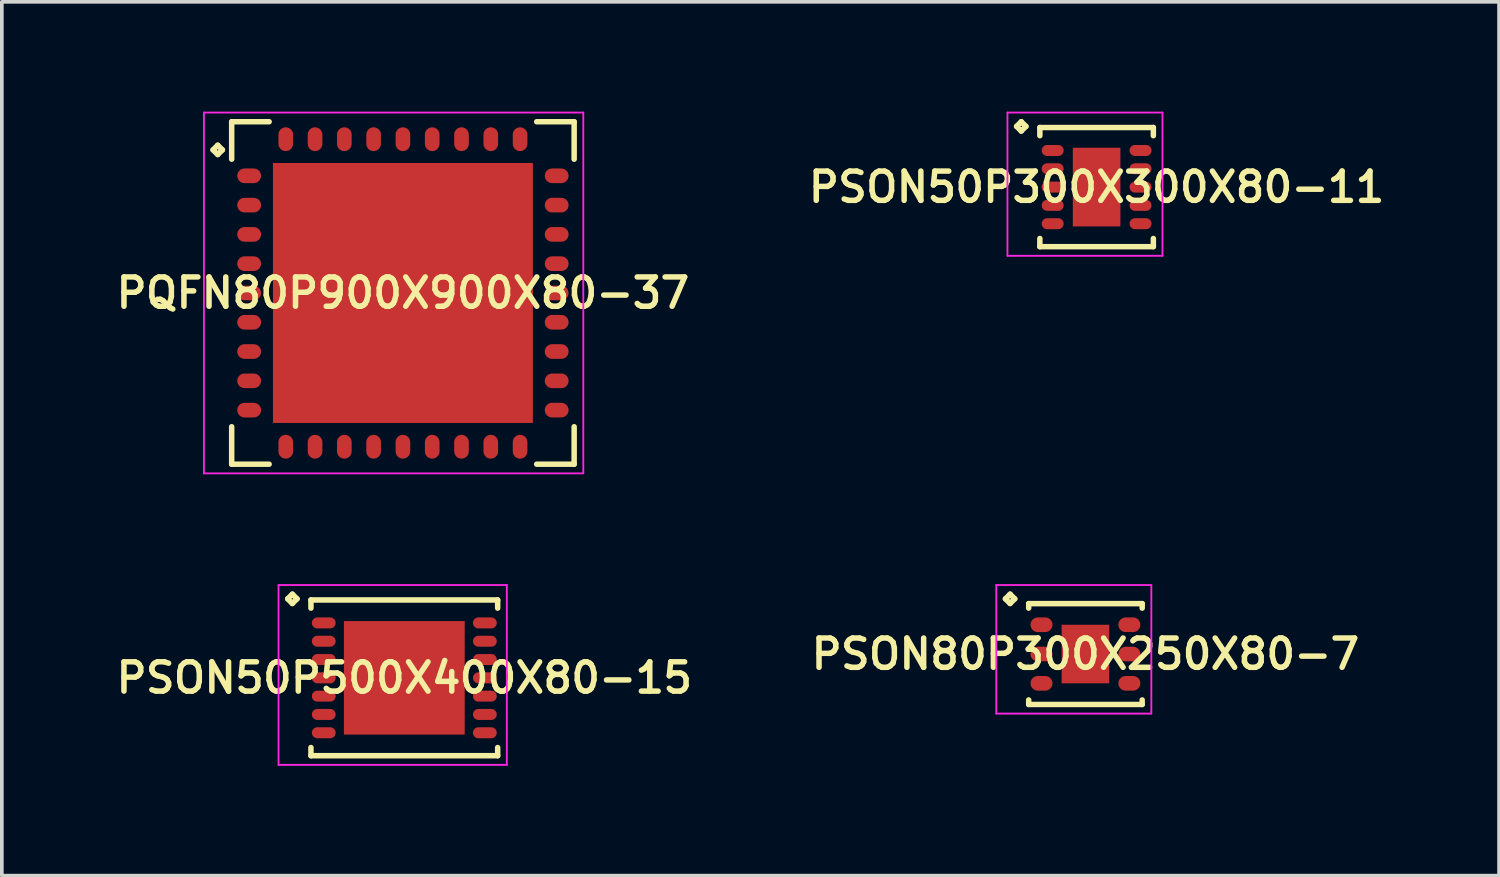
<source format=kicad_pcb>
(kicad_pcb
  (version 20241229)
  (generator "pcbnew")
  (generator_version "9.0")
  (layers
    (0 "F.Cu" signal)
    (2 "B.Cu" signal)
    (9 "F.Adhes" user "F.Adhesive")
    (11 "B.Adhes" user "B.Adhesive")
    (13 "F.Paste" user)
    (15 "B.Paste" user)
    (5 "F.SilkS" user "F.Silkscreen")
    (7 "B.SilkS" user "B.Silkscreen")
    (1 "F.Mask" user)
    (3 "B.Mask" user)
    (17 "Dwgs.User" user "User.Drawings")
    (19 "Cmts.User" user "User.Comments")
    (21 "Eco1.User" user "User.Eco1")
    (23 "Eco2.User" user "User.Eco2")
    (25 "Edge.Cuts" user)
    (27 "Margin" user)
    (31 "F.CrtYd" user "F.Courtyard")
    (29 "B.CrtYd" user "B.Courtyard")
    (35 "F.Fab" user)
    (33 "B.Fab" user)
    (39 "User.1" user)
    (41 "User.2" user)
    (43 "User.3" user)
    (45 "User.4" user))
  (footprint "PSON50P300X300X80-11"
    (layer "F.Cu")
    (at 26.902 2.06)
    (property "Reference" "PSON50P300X300X80-11" (at 0 0 0) (layer "F.SilkS") (effects (font (size 0.8 0.8) (thickness 0.15))))
    (attr smd)
    (fp_line (start -2.185 -1.658) (end -2.058 -1.785) (stroke (width 0.15) (type solid)) (layer "F.SilkS"))
    (fp_line (start -2.058 -1.785) (end -1.931 -1.658) (stroke (width 0.15) (type solid)) (layer "F.SilkS"))
    (fp_line (start -2.058 -1.531) (end -2.185 -1.658) (stroke (width 0.15) (type solid)) (layer "F.SilkS"))
    (fp_line (start -1.931 -1.658) (end -2.058 -1.531) (stroke (width 0.15) (type solid)) (layer "F.SilkS"))
    (fp_line (start -1.55 -1.627) (end 1.55 -1.627) (stroke (width 0.15) (type solid)) (layer "F.SilkS"))
    (fp_line (start -1.55 -1.404) (end -1.55 -1.627) (stroke (width 0.15) (type solid)) (layer "F.SilkS"))
    (fp_line (start -1.55 1.404) (end -1.55 1.627) (stroke (width 0.15) (type solid)) (layer "F.SilkS"))
    (fp_line (start -1.55 1.627) (end 1.55 1.627) (stroke (width 0.15) (type solid)) (layer "F.SilkS"))
    (fp_line (start 1.55 -1.627) (end 1.55 -1.404) (stroke (width 0.15) (type solid)) (layer "F.SilkS"))
    (fp_line (start 1.55 1.627) (end 1.55 1.404) (stroke (width 0.15) (type solid)) (layer "F.SilkS"))
    (fp_line (start -2.435 -2.035) (end 1.8 -2.035) (stroke (width 0.05) (type solid)) (layer "F.CrtYd"))
    (fp_line (start -2.435 1.877) (end -2.435 -2.035) (stroke (width 0.05) (type solid)) (layer "F.CrtYd"))
    (fp_line (start 1.8 -2.035) (end 1.8 1.877) (stroke (width 0.05) (type solid)) (layer "F.CrtYd"))
    (fp_line (start 1.8 1.877) (end -2.435 1.877) (stroke (width 0.05) (type solid)) (layer "F.CrtYd"))
    (pad "1" smd oval (at -1.2 -1) (size 0.6 0.3) (layers "F.Cu" "F.Mask" "F.Paste"))
    (pad "2" smd oval (at -1.2 -0.5) (size 0.6 0.3) (layers "F.Cu" "F.Mask" "F.Paste"))
    (pad "3" smd oval (at -1.2 0) (size 0.6 0.3) (layers "F.Cu" "F.Mask" "F.Paste"))
    (pad "4" smd oval (at -1.2 0.5) (size 0.6 0.3) (layers "F.Cu" "F.Mask" "F.Paste"))
    (pad "5" smd oval (at -1.2 1) (size 0.6 0.3) (layers "F.Cu" "F.Mask" "F.Paste"))
    (pad "6" smd oval (at 1.2 1) (size 0.6 0.3) (layers "F.Cu" "F.Mask" "F.Paste"))
    (pad "7" smd oval (at 1.2 0.5) (size 0.6 0.3) (layers "F.Cu" "F.Mask" "F.Paste"))
    (pad "8" smd oval (at 1.2 0) (size 0.6 0.3) (layers "F.Cu" "F.Mask" "F.Paste"))
    (pad "9" smd oval (at 1.2 -0.5) (size 0.6 0.3) (layers "F.Cu" "F.Mask" "F.Paste"))
    (pad "10" smd oval (at 1.2 -1) (size 0.6 0.3) (layers "F.Cu" "F.Mask" "F.Paste"))
    (pad "11" smd rect (at 0 0) (size 1.3 2.15) (layers "F.Cu" "F.Mask" "F.Paste")))
  (footprint "PSON80P300X250X80-7"
    (layer "F.Cu")
    (at 26.597 14.814)
    (property "Reference" "PSON80P300X250X80-7" (at 0 0 0) (layer "F.SilkS") (effects (font (size 0.8 0.8) (thickness 0.15))))
    (attr smd)
    (fp_line (start -2.185 -1.508) (end -2.058 -1.635) (stroke (width 0.15) (type solid)) (layer "F.SilkS"))
    (fp_line (start -2.058 -1.635) (end -1.931 -1.508) (stroke (width 0.15) (type solid)) (layer "F.SilkS"))
    (fp_line (start -2.058 -1.381) (end -2.185 -1.508) (stroke (width 0.15) (type solid)) (layer "F.SilkS"))
    (fp_line (start -1.931 -1.508) (end -2.058 -1.381) (stroke (width 0.15) (type solid)) (layer "F.SilkS"))
    (fp_line (start -1.55 -1.377) (end 1.55 -1.377) (stroke (width 0.15) (type solid)) (layer "F.SilkS"))
    (fp_line (start -1.55 -1.254) (end -1.55 -1.377) (stroke (width 0.15) (type solid)) (layer "F.SilkS"))
    (fp_line (start -1.55 1.254) (end -1.55 1.377) (stroke (width 0.15) (type solid)) (layer "F.SilkS"))
    (fp_line (start -1.55 1.377) (end 1.55 1.377) (stroke (width 0.15) (type solid)) (layer "F.SilkS"))
    (fp_line (start 1.55 -1.377) (end 1.55 -1.254) (stroke (width 0.15) (type solid)) (layer "F.SilkS"))
    (fp_line (start 1.55 1.377) (end 1.55 1.254) (stroke (width 0.15) (type solid)) (layer "F.SilkS"))
    (fp_line (start -2.435 -1.885) (end 1.8 -1.885) (stroke (width 0.05) (type solid)) (layer "F.CrtYd"))
    (fp_line (start -2.435 1.627) (end -2.435 -1.885) (stroke (width 0.05) (type solid)) (layer "F.CrtYd"))
    (fp_line (start 1.8 -1.885) (end 1.8 1.627) (stroke (width 0.05) (type solid)) (layer "F.CrtYd"))
    (fp_line (start 1.8 1.627) (end -2.435 1.627) (stroke (width 0.05) (type solid)) (layer "F.CrtYd"))
    (pad "1" smd oval (at -1.2 -0.8) (size 0.6 0.4) (layers "F.Cu" "F.Mask" "F.Paste"))
    (pad "2" smd oval (at -1.2 0) (size 0.6 0.4) (layers "F.Cu" "F.Mask" "F.Paste"))
    (pad "3" smd oval (at -1.2 0.8) (size 0.6 0.4) (layers "F.Cu" "F.Mask" "F.Paste"))
    (pad "4" smd oval (at 1.2 0.8) (size 0.6 0.4) (layers "F.Cu" "F.Mask" "F.Paste"))
    (pad "5" smd oval (at 1.2 0) (size 0.6 0.4) (layers "F.Cu" "F.Mask" "F.Paste"))
    (pad "6" smd oval (at 1.2 -0.8) (size 0.6 0.4) (layers "F.Cu" "F.Mask" "F.Paste"))
    (pad "7" smd rect (at 0 0) (size 1.3 1.6) (layers "F.Cu" "F.Mask" "F.Paste")))
  (footprint "PSON50P500X400X80-15"
    (layer "F.Cu")
    (at 7.993 15.464)
    (property "Reference" "PSON50P500X400X80-15" (at 0 0 0) (layer "F.SilkS") (effects (font (size 0.8 0.8) (thickness 0.15))))
    (attr smd)
    (fp_line (start -3.185 -2.158) (end -3.058 -2.285) (stroke (width 0.15) (type solid)) (layer "F.SilkS"))
    (fp_line (start -3.058 -2.285) (end -2.931 -2.158) (stroke (width 0.15) (type solid)) (layer "F.SilkS"))
    (fp_line (start -3.058 -2.031) (end -3.185 -2.158) (stroke (width 0.15) (type solid)) (layer "F.SilkS"))
    (fp_line (start -2.931 -2.158) (end -3.058 -2.031) (stroke (width 0.15) (type solid)) (layer "F.SilkS"))
    (fp_line (start -2.55 -2.127) (end 2.55 -2.127) (stroke (width 0.15) (type solid)) (layer "F.SilkS"))
    (fp_line (start -2.55 -1.904) (end -2.55 -2.127) (stroke (width 0.15) (type solid)) (layer "F.SilkS"))
    (fp_line (start -2.55 1.904) (end -2.55 2.127) (stroke (width 0.15) (type solid)) (layer "F.SilkS"))
    (fp_line (start -2.55 2.127) (end 2.55 2.127) (stroke (width 0.15) (type solid)) (layer "F.SilkS"))
    (fp_line (start 2.55 -2.127) (end 2.55 -1.904) (stroke (width 0.15) (type solid)) (layer "F.SilkS"))
    (fp_line (start 2.55 2.127) (end 2.55 1.904) (stroke (width 0.15) (type solid)) (layer "F.SilkS"))
    (fp_line (start -3.435 -2.535) (end 2.8 -2.535) (stroke (width 0.05) (type solid)) (layer "F.CrtYd"))
    (fp_line (start -3.435 2.377) (end -3.435 -2.535) (stroke (width 0.05) (type solid)) (layer "F.CrtYd"))
    (fp_line (start 2.8 -2.535) (end 2.8 2.377) (stroke (width 0.05) (type solid)) (layer "F.CrtYd"))
    (fp_line (start 2.8 2.377) (end -3.435 2.377) (stroke (width 0.05) (type solid)) (layer "F.CrtYd"))
    (pad "1" smd oval (at -2.2 -1.5) (size 0.65 0.3) (layers "F.Cu" "F.Mask" "F.Paste"))
    (pad "2" smd oval (at -2.2 -1) (size 0.65 0.3) (layers "F.Cu" "F.Mask" "F.Paste"))
    (pad "3" smd oval (at -2.2 -0.5) (size 0.65 0.3) (layers "F.Cu" "F.Mask" "F.Paste"))
    (pad "4" smd oval (at -2.2 0) (size 0.65 0.3) (layers "F.Cu" "F.Mask" "F.Paste"))
    (pad "5" smd oval (at -2.2 0.5) (size 0.65 0.3) (layers "F.Cu" "F.Mask" "F.Paste"))
    (pad "6" smd oval (at -2.2 1) (size 0.65 0.3) (layers "F.Cu" "F.Mask" "F.Paste"))
    (pad "7" smd oval (at -2.2 1.5) (size 0.65 0.3) (layers "F.Cu" "F.Mask" "F.Paste"))
    (pad "8" smd oval (at 2.2 1.5) (size 0.65 0.3) (layers "F.Cu" "F.Mask" "F.Paste"))
    (pad "9" smd oval (at 2.2 1) (size 0.65 0.3) (layers "F.Cu" "F.Mask" "F.Paste"))
    (pad "10" smd oval (at 2.2 0.5) (size 0.65 0.3) (layers "F.Cu" "F.Mask" "F.Paste"))
    (pad "11" smd oval (at 2.2 0) (size 0.65 0.3) (layers "F.Cu" "F.Mask" "F.Paste"))
    (pad "12" smd oval (at 2.2 -0.5) (size 0.65 0.3) (layers "F.Cu" "F.Mask" "F.Paste"))
    (pad "13" smd oval (at 2.2 -1) (size 0.65 0.3) (layers "F.Cu" "F.Mask" "F.Paste"))
    (pad "14" smd oval (at 2.2 -1.5) (size 0.65 0.3) (layers "F.Cu" "F.Mask" "F.Paste"))
    (pad "15" smd rect (at 0 0) (size 3.3 3.1) (layers "F.Cu" "F.Mask" "F.Paste")))
  (footprint "PQFN80P900X900X80-37"
    (layer "F.Cu")
    (at 7.955 4.952)
    (property "Reference" "PQFN80P900X900X80-37" (at 0 0 0) (layer "F.SilkS") (effects (font (size 0.8 0.8) (thickness 0.15))))
    (attr smd)
    (fp_line (start -5.185 -3.908) (end -5.058 -4.035) (stroke (width 0.15) (type solid)) (layer "F.SilkS"))
    (fp_line (start -5.058 -4.035) (end -4.931 -3.908) (stroke (width 0.15) (type solid)) (layer "F.SilkS"))
    (fp_line (start -5.058 -3.781) (end -5.185 -3.908) (stroke (width 0.15) (type solid)) (layer "F.SilkS"))
    (fp_line (start -4.931 -3.908) (end -5.058 -3.781) (stroke (width 0.15) (type solid)) (layer "F.SilkS"))
    (fp_line (start -4.677 -4.677) (end -3.654 -4.677) (stroke (width 0.15) (type solid)) (layer "F.SilkS"))
    (fp_line (start -4.677 -3.654) (end -4.677 -4.677) (stroke (width 0.15) (type solid)) (layer "F.SilkS"))
    (fp_line (start -4.677 3.654) (end -4.677 4.677) (stroke (width 0.15) (type solid)) (layer "F.SilkS"))
    (fp_line (start -4.677 4.677) (end -3.654 4.677) (stroke (width 0.15) (type solid)) (layer "F.SilkS"))
    (fp_line (start 3.654 -4.677) (end 4.677 -4.677) (stroke (width 0.15) (type solid)) (layer "F.SilkS"))
    (fp_line (start 3.654 4.677) (end 4.677 4.677) (stroke (width 0.15) (type solid)) (layer "F.SilkS"))
    (fp_line (start 4.677 -4.677) (end 4.677 -3.654) (stroke (width 0.15) (type solid)) (layer "F.SilkS"))
    (fp_line (start 4.677 4.677) (end 4.677 3.654) (stroke (width 0.15) (type solid)) (layer "F.SilkS"))
    (fp_line (start -5.435 -4.927) (end 4.927 -4.927) (stroke (width 0.05) (type solid)) (layer "F.CrtYd"))
    (fp_line (start -5.435 4.927) (end -5.435 -4.927) (stroke (width 0.05) (type solid)) (layer "F.CrtYd"))
    (fp_line (start 4.927 -4.927) (end 4.927 4.927) (stroke (width 0.05) (type solid)) (layer "F.CrtYd"))
    (fp_line (start 4.927 4.927) (end -5.435 4.927) (stroke (width 0.05) (type solid)) (layer "F.CrtYd"))
    (pad "1" smd oval (at -4.2 -3.2) (size 0.65 0.4) (layers "F.Cu" "F.Mask" "F.Paste"))
    (pad "2" smd oval (at -4.2 -2.4) (size 0.65 0.4) (layers "F.Cu" "F.Mask" "F.Paste"))
    (pad "3" smd oval (at -4.2 -1.6) (size 0.65 0.4) (layers "F.Cu" "F.Mask" "F.Paste"))
    (pad "4" smd oval (at -4.2 -0.8) (size 0.65 0.4) (layers "F.Cu" "F.Mask" "F.Paste"))
    (pad "5" smd oval (at -4.2 0) (size 0.65 0.4) (layers "F.Cu" "F.Mask" "F.Paste"))
    (pad "6" smd oval (at -4.2 0.8) (size 0.65 0.4) (layers "F.Cu" "F.Mask" "F.Paste"))
    (pad "7" smd oval (at -4.2 1.6) (size 0.65 0.4) (layers "F.Cu" "F.Mask" "F.Paste"))
    (pad "8" smd oval (at -4.2 2.4) (size 0.65 0.4) (layers "F.Cu" "F.Mask" "F.Paste"))
    (pad "9" smd oval (at -4.2 3.2) (size 0.65 0.4) (layers "F.Cu" "F.Mask" "F.Paste"))
    (pad "10" smd oval (at -3.2 4.2) (size 0.4 0.65) (layers "F.Cu" "F.Mask" "F.Paste"))
    (pad "11" smd oval (at -2.4 4.2) (size 0.4 0.65) (layers "F.Cu" "F.Mask" "F.Paste"))
    (pad "12" smd oval (at -1.6 4.2) (size 0.4 0.65) (layers "F.Cu" "F.Mask" "F.Paste"))
    (pad "13" smd oval (at -0.8 4.2) (size 0.4 0.65) (layers "F.Cu" "F.Mask" "F.Paste"))
    (pad "14" smd oval (at 0 4.2) (size 0.4 0.65) (layers "F.Cu" "F.Mask" "F.Paste"))
    (pad "15" smd oval (at 0.8 4.2) (size 0.4 0.65) (layers "F.Cu" "F.Mask" "F.Paste"))
    (pad "16" smd oval (at 1.6 4.2) (size 0.4 0.65) (layers "F.Cu" "F.Mask" "F.Paste"))
    (pad "17" smd oval (at 2.4 4.2) (size 0.4 0.65) (layers "F.Cu" "F.Mask" "F.Paste"))
    (pad "18" smd oval (at 3.2 4.2) (size 0.4 0.65) (layers "F.Cu" "F.Mask" "F.Paste"))
    (pad "19" smd oval (at 4.2 3.2) (size 0.65 0.4) (layers "F.Cu" "F.Mask" "F.Paste"))
    (pad "20" smd oval (at 4.2 2.4) (size 0.65 0.4) (layers "F.Cu" "F.Mask" "F.Paste"))
    (pad "21" smd oval (at 4.2 1.6) (size 0.65 0.4) (layers "F.Cu" "F.Mask" "F.Paste"))
    (pad "22" smd oval (at 4.2 0.8) (size 0.65 0.4) (layers "F.Cu" "F.Mask" "F.Paste"))
    (pad "23" smd oval (at 4.2 0) (size 0.65 0.4) (layers "F.Cu" "F.Mask" "F.Paste"))
    (pad "24" smd oval (at 4.2 -0.8) (size 0.65 0.4) (layers "F.Cu" "F.Mask" "F.Paste"))
    (pad "25" smd oval (at 4.2 -1.6) (size 0.65 0.4) (layers "F.Cu" "F.Mask" "F.Paste"))
    (pad "26" smd oval (at 4.2 -2.4) (size 0.65 0.4) (layers "F.Cu" "F.Mask" "F.Paste"))
    (pad "27" smd oval (at 4.2 -3.2) (size 0.65 0.4) (layers "F.Cu" "F.Mask" "F.Paste"))
    (pad "28" smd oval (at 3.2 -4.2) (size 0.4 0.65) (layers "F.Cu" "F.Mask" "F.Paste"))
    (pad "29" smd oval (at 2.4 -4.2) (size 0.4 0.65) (layers "F.Cu" "F.Mask" "F.Paste"))
    (pad "30" smd oval (at 1.6 -4.2) (size 0.4 0.65) (layers "F.Cu" "F.Mask" "F.Paste"))
    (pad "31" smd oval (at 0.8 -4.2) (size 0.4 0.65) (layers "F.Cu" "F.Mask" "F.Paste"))
    (pad "32" smd oval (at 0 -4.2) (size 0.4 0.65) (layers "F.Cu" "F.Mask" "F.Paste"))
    (pad "33" smd oval (at -0.8 -4.2) (size 0.4 0.65) (layers "F.Cu" "F.Mask" "F.Paste"))
    (pad "34" smd oval (at -1.6 -4.2) (size 0.4 0.65) (layers "F.Cu" "F.Mask" "F.Paste"))
    (pad "35" smd oval (at -2.4 -4.2) (size 0.4 0.65) (layers "F.Cu" "F.Mask" "F.Paste"))
    (pad "36" smd oval (at -3.2 -4.2) (size 0.4 0.65) (layers "F.Cu" "F.Mask" "F.Paste"))
    (pad "37" smd rect (at 0 0) (size 7.1 7.1) (layers "F.Cu" "F.Mask" "F.Paste")))
  (gr_rect
    (start -3 -3)
    (end 37.894 20.866)
    (stroke (width 0.1) (type default))
    (fill no)
    (layer "Edge.Cuts")))
</source>
